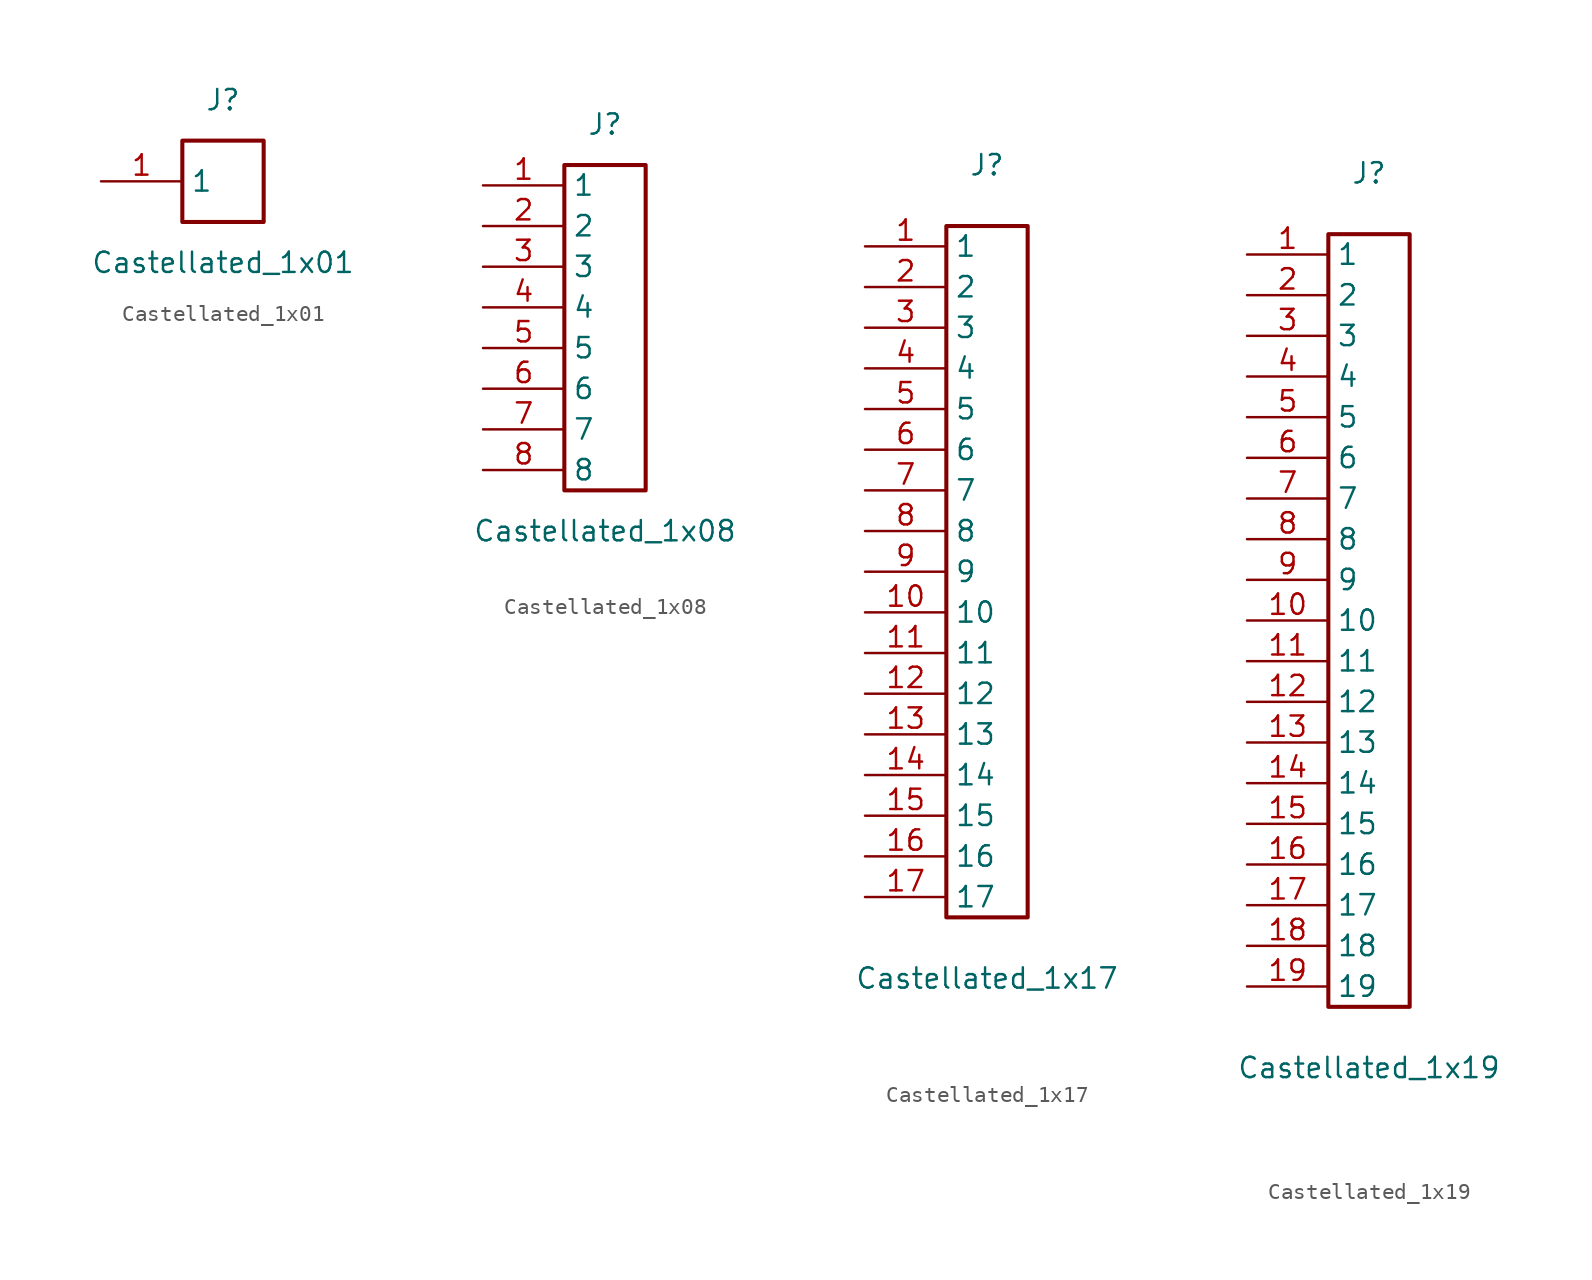
<source format=kicad_sym>
(kicad_symbol_lib
  (version 20211014)
  (generator "manual")
  (symbol "Castellated_1x01"
    (property "Reference" "J"
      (at 0 5.08 0)
      (effects (font (size 1.27 1.27))))
    (property "Value" "Castellated_1x01"
      (at 0 -5.08 0)
      (effects (font (size 1.27 1.27))))
    (rectangle
      (start -2.54 2.54)
      (end 2.54 -2.54)
      (stroke (width 0.254) (type solid))
      (fill (type none)))
    (pin passive line
      (at -7.62 0 0)
      (length 5.08)
      (name "1" (effects (font (size 1.27 1.27))))
      (number "1" (effects (font (size 1.27 1.27))))))
  (symbol "Castellated_1x08"
    (property "Reference" "J"
      (at 0 12.7 0)
      (effects (font (size 1.27 1.27))))
    (property "Value" "Castellated_1x08"
      (at 0 -12.7 0)
      (effects (font (size 1.27 1.27))))
    (rectangle
      (start -2.54 10.16)
      (end 2.54 -10.16)
      (stroke (width 0.254) (type solid))
      (fill (type none)))
    (pin passive line
      (at -7.62 8.89 0)
      (length 5.08)
      (name "1" (effects (font (size 1.27 1.27))))
      (number "1" (effects (font (size 1.27 1.27)))))
    (pin passive line
      (at -7.62 6.35 0)
      (length 5.08)
      (name "2" (effects (font (size 1.27 1.27))))
      (number "2" (effects (font (size 1.27 1.27)))))
    (pin passive line
      (at -7.62 3.81 0)
      (length 5.08)
      (name "3" (effects (font (size 1.27 1.27))))
      (number "3" (effects (font (size 1.27 1.27)))))
    (pin passive line
      (at -7.62 1.27 0)
      (length 5.08)
      (name "4" (effects (font (size 1.27 1.27))))
      (number "4" (effects (font (size 1.27 1.27)))))
    (pin passive line
      (at -7.62 -1.27 0)
      (length 5.08)
      (name "5" (effects (font (size 1.27 1.27))))
      (number "5" (effects (font (size 1.27 1.27)))))
    (pin passive line
      (at -7.62 -3.81 0)
      (length 5.08)
      (name "6" (effects (font (size 1.27 1.27))))
      (number "6" (effects (font (size 1.27 1.27)))))
    (pin passive line
      (at -7.62 -6.35 0)
      (length 5.08)
      (name "7" (effects (font (size 1.27 1.27))))
      (number "7" (effects (font (size 1.27 1.27)))))
    (pin passive line
      (at -7.62 -8.89 0)
      (length 5.08)
      (name "8" (effects (font (size 1.27 1.27))))
      (number "8" (effects (font (size 1.27 1.27))))))
  (symbol "Castellated_1x17"
    (property "Reference" "J"
      (at 0 25.4 0)
      (effects (font (size 1.27 1.27))))
    (property "Value" "Castellated_1x17"
      (at 0 -25.4 0)
      (effects (font (size 1.27 1.27))))
    (rectangle
      (start -2.54 21.59)
      (end 2.54 -21.59)
      (stroke (width 0.254) (type solid))
      (fill (type none)))
    (pin passive line
      (at -7.62 20.32 0)
      (length 5.08)
      (name "1" (effects (font (size 1.27 1.27))))
      (number "1" (effects (font (size 1.27 1.27)))))
    (pin passive line
      (at -7.62 17.78 0)
      (length 5.08)
      (name "2" (effects (font (size 1.27 1.27))))
      (number "2" (effects (font (size 1.27 1.27)))))
    (pin passive line
      (at -7.62 15.24 0)
      (length 5.08)
      (name "3" (effects (font (size 1.27 1.27))))
      (number "3" (effects (font (size 1.27 1.27)))))
    (pin passive line
      (at -7.62 12.70 0)
      (length 5.08)
      (name "4" (effects (font (size 1.27 1.27))))
      (number "4" (effects (font (size 1.27 1.27)))))
    (pin passive line
      (at -7.62 10.16 0)
      (length 5.08)
      (name "5" (effects (font (size 1.27 1.27))))
      (number "5" (effects (font (size 1.27 1.27)))))
    (pin passive line
      (at -7.62 7.62 0)
      (length 5.08)
      (name "6" (effects (font (size 1.27 1.27))))
      (number "6" (effects (font (size 1.27 1.27)))))
    (pin passive line
      (at -7.62 5.08 0)
      (length 5.08)
      (name "7" (effects (font (size 1.27 1.27))))
      (number "7" (effects (font (size 1.27 1.27)))))
    (pin passive line
      (at -7.62 2.54 0)
      (length 5.08)
      (name "8" (effects (font (size 1.27 1.27))))
      (number "8" (effects (font (size 1.27 1.27)))))
    (pin passive line
      (at -7.62 0.00 0)
      (length 5.08)
      (name "9" (effects (font (size 1.27 1.27))))
      (number "9" (effects (font (size 1.27 1.27)))))
    (pin passive line
      (at -7.62 -2.54 0)
      (length 5.08)
      (name "10" (effects (font (size 1.27 1.27))))
      (number "10" (effects (font (size 1.27 1.27)))))
    (pin passive line
      (at -7.62 -5.08 0)
      (length 5.08)
      (name "11" (effects (font (size 1.27 1.27))))
      (number "11" (effects (font (size 1.27 1.27)))))
    (pin passive line
      (at -7.62 -7.62 0)
      (length 5.08)
      (name "12" (effects (font (size 1.27 1.27))))
      (number "12" (effects (font (size 1.27 1.27)))))
    (pin passive line
      (at -7.62 -10.16 0)
      (length 5.08)
      (name "13" (effects (font (size 1.27 1.27))))
      (number "13" (effects (font (size 1.27 1.27)))))
    (pin passive line
      (at -7.62 -12.70 0)
      (length 5.08)
      (name "14" (effects (font (size 1.27 1.27))))
      (number "14" (effects (font (size 1.27 1.27)))))
    (pin passive line
      (at -7.62 -15.24 0)
      (length 5.08)
      (name "15" (effects (font (size 1.27 1.27))))
      (number "15" (effects (font (size 1.27 1.27)))))
    (pin passive line
      (at -7.62 -17.78 0)
      (length 5.08)
      (name "16" (effects (font (size 1.27 1.27))))
      (number "16" (effects (font (size 1.27 1.27)))))
    (pin passive line
      (at -7.62 -20.32 0)
      (length 5.08)
      (name "17" (effects (font (size 1.27 1.27))))
      (number "17" (effects (font (size 1.27 1.27))))))
  (symbol "Castellated_1x19"
    (property "Reference" "J"
      (at 0 27.94 0)
      (effects (font (size 1.27 1.27))))
    (property "Value" "Castellated_1x19"
      (at 0 -27.94 0)
      (effects (font (size 1.27 1.27))))
    (rectangle
      (start -2.54 24.13)
      (end 2.54 -24.13)
      (stroke (width 0.254) (type solid))
      (fill (type none)))
    (pin passive line
      (at -7.62 22.86 0)
      (length 5.08)
      (name "1" (effects (font (size 1.27 1.27))))
      (number "1" (effects (font (size 1.27 1.27)))))
    (pin passive line
      (at -7.62 20.32 0)
      (length 5.08)
      (name "2" (effects (font (size 1.27 1.27))))
      (number "2" (effects (font (size 1.27 1.27)))))
    (pin passive line
      (at -7.62 17.78 0)
      (length 5.08)
      (name "3" (effects (font (size 1.27 1.27))))
      (number "3" (effects (font (size 1.27 1.27)))))
    (pin passive line
      (at -7.62 15.24 0)
      (length 5.08)
      (name "4" (effects (font (size 1.27 1.27))))
      (number "4" (effects (font (size 1.27 1.27)))))
    (pin passive line
      (at -7.62 12.70 0)
      (length 5.08)
      (name "5" (effects (font (size 1.27 1.27))))
      (number "5" (effects (font (size 1.27 1.27)))))
    (pin passive line
      (at -7.62 10.16 0)
      (length 5.08)
      (name "6" (effects (font (size 1.27 1.27))))
      (number "6" (effects (font (size 1.27 1.27)))))
    (pin passive line
      (at -7.62 7.62 0)
      (length 5.08)
      (name "7" (effects (font (size 1.27 1.27))))
      (number "7" (effects (font (size 1.27 1.27)))))
    (pin passive line
      (at -7.62 5.08 0)
      (length 5.08)
      (name "8" (effects (font (size 1.27 1.27))))
      (number "8" (effects (font (size 1.27 1.27)))))
    (pin passive line
      (at -7.62 2.54 0)
      (length 5.08)
      (name "9" (effects (font (size 1.27 1.27))))
      (number "9" (effects (font (size 1.27 1.27)))))
    (pin passive line
      (at -7.62 0.00 0)
      (length 5.08)
      (name "10" (effects (font (size 1.27 1.27))))
      (number "10" (effects (font (size 1.27 1.27)))))
    (pin passive line
      (at -7.62 -2.54 0)
      (length 5.08)
      (name "11" (effects (font (size 1.27 1.27))))
      (number "11" (effects (font (size 1.27 1.27)))))
    (pin passive line
      (at -7.62 -5.08 0)
      (length 5.08)
      (name "12" (effects (font (size 1.27 1.27))))
      (number "12" (effects (font (size 1.27 1.27)))))
    (pin passive line
      (at -7.62 -7.62 0)
      (length 5.08)
      (name "13" (effects (font (size 1.27 1.27))))
      (number "13" (effects (font (size 1.27 1.27)))))
    (pin passive line
      (at -7.62 -10.16 0)
      (length 5.08)
      (name "14" (effects (font (size 1.27 1.27))))
      (number "14" (effects (font (size 1.27 1.27)))))
    (pin passive line
      (at -7.62 -12.70 0)
      (length 5.08)
      (name "15" (effects (font (size 1.27 1.27))))
      (number "15" (effects (font (size 1.27 1.27)))))
    (pin passive line
      (at -7.62 -15.24 0)
      (length 5.08)
      (name "16" (effects (font (size 1.27 1.27))))
      (number "16" (effects (font (size 1.27 1.27)))))
    (pin passive line
      (at -7.62 -17.78 0)
      (length 5.08)
      (name "17" (effects (font (size 1.27 1.27))))
      (number "17" (effects (font (size 1.27 1.27)))))
    (pin passive line
      (at -7.62 -20.32 0)
      (length 5.08)
      (name "18" (effects (font (size 1.27 1.27))))
      (number "18" (effects (font (size 1.27 1.27)))))
    (pin passive line
      (at -7.62 -22.86 0)
      (length 5.08)
      (name "19" (effects (font (size 1.27 1.27))))
      (number "19" (effects (font (size 1.27 1.27)))))))
</source>
